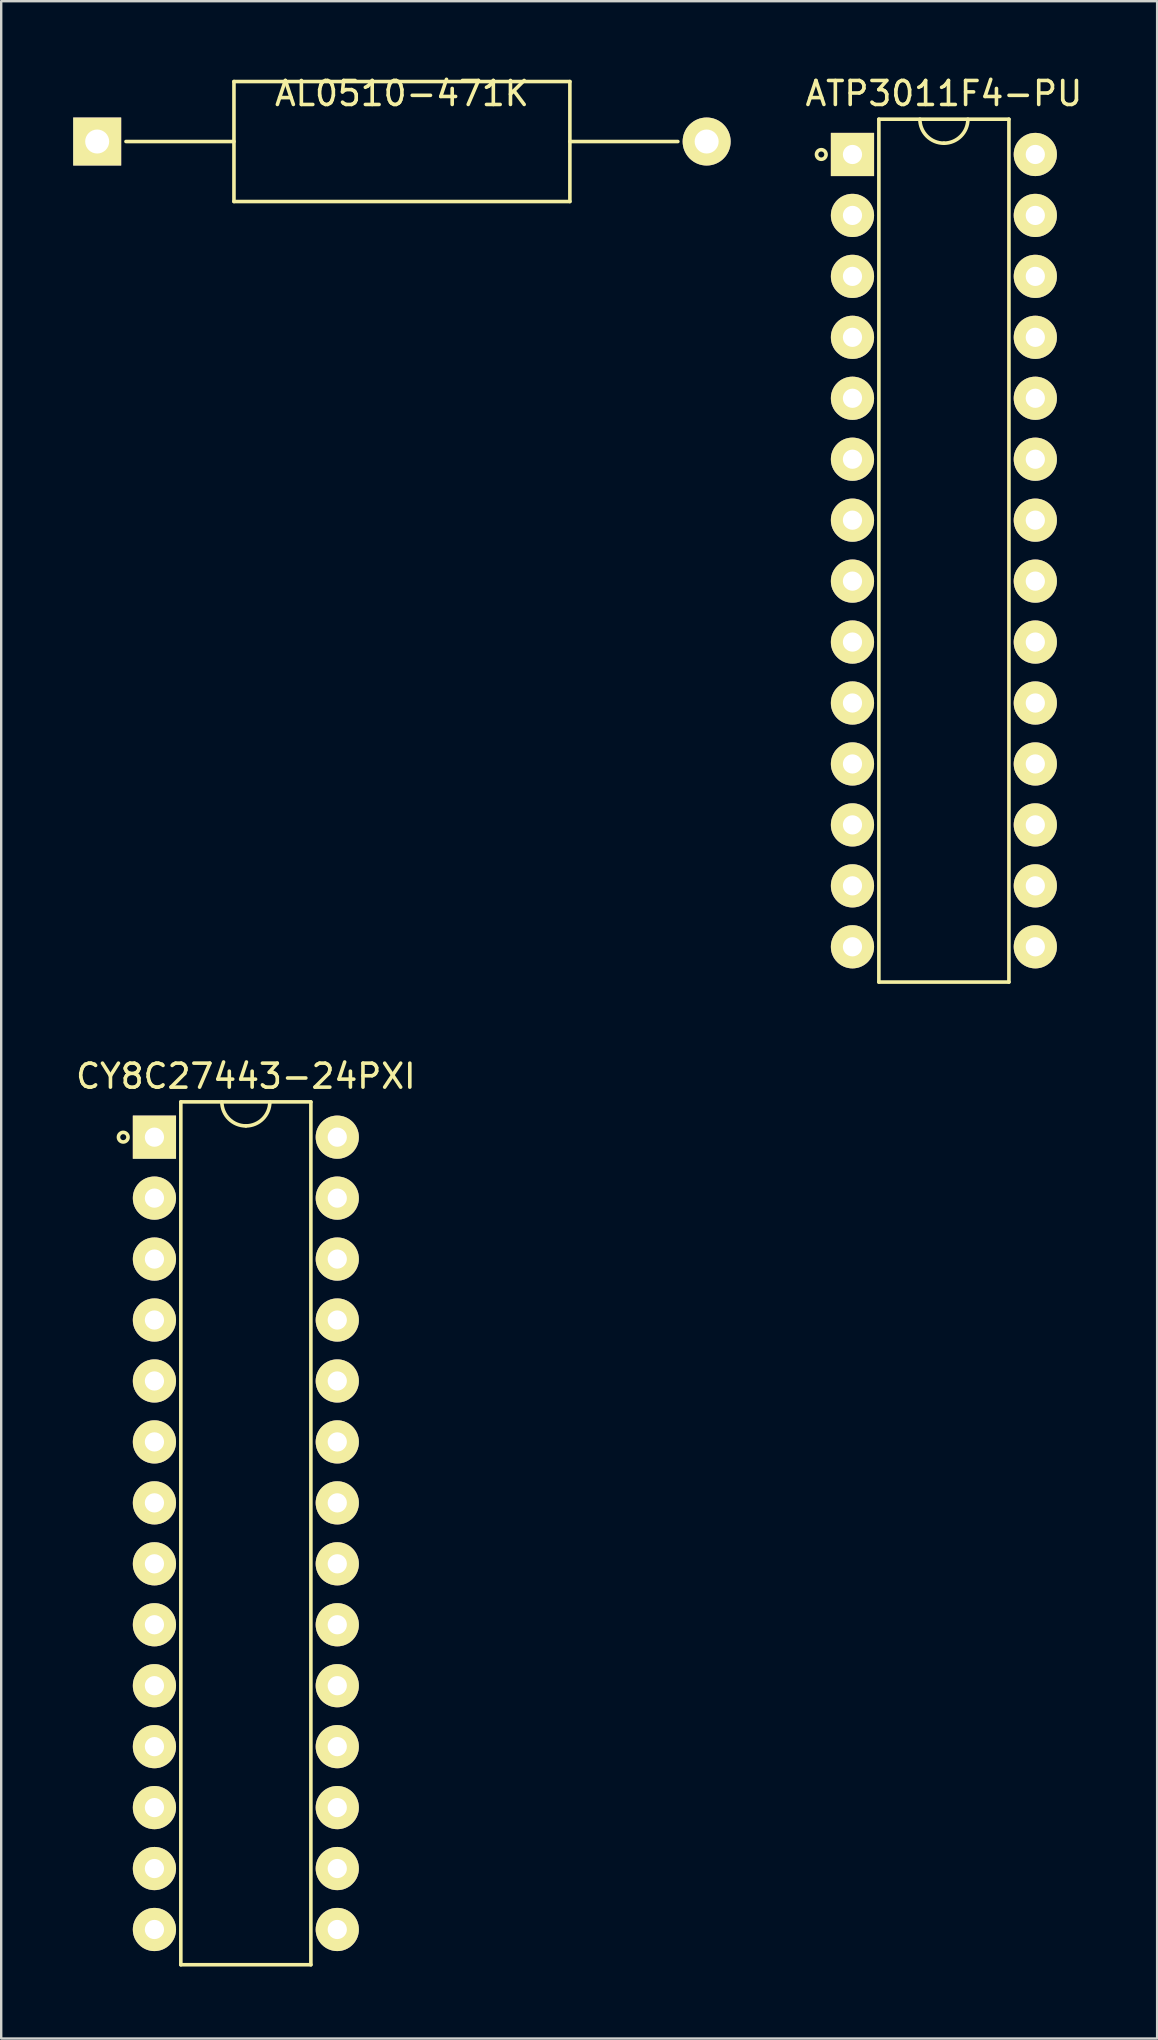
<source format=kicad_pcb>
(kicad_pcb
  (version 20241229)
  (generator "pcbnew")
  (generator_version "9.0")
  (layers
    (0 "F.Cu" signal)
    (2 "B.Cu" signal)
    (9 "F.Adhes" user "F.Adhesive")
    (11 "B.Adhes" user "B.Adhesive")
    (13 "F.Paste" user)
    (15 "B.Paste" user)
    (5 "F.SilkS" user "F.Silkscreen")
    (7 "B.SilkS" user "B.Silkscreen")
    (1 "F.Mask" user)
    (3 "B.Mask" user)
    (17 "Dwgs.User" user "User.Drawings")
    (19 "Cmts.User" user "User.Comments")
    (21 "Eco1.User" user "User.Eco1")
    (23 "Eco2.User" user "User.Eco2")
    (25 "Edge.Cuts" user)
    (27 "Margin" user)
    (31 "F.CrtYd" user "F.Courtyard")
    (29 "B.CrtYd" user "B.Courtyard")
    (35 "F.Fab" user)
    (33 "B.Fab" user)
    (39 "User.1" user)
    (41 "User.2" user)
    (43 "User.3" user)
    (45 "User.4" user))
  (footprint "CY8C27443-24PXI"
    (layer "F.Cu")
    (at 3.386 44.342)
    (property "Reference" "CY8C27443-24PXI" (at 3.81 -2.54 0) (layer "F.SilkS") (effects (font (size 1 1) (thickness 0.15))))
    (attr through_hole)
    (fp_line (start 1.1 -1.47) (end 6.52 -1.47) (stroke (width 0.15) (type solid)) (layer "F.SilkS"))
    (fp_line (start 1.1 34.49) (end 1.1 -1.47) (stroke (width 0.15) (type solid)) (layer "F.SilkS"))
    (fp_line (start 6.52 -1.47) (end 6.52 34.49) (stroke (width 0.15) (type solid)) (layer "F.SilkS"))
    (fp_line (start 6.52 34.49) (end 1.1 34.49) (stroke (width 0.15) (type solid)) (layer "F.SilkS"))
    (fp_arc (start 3.81 -0.47) (mid 3.102893 -0.762893) (end 2.81 -1.47) (stroke (width 0.15) (type solid)) (layer "F.SilkS"))
    (fp_arc (start 4.81 -1.47) (mid 4.517107 -0.762893) (end 3.81 -0.47) (stroke (width 0.15) (type solid)) (layer "F.SilkS"))
    (fp_circle (center -1.3 0) (end -1.3 0.2) (stroke (width 0.15) (type solid)) (fill no) (layer "F.SilkS"))
    (pad "1" thru_hole rect (at 0 0) (size 1.8 1.8) (drill 0.8) (layers "*.Cu" "*.Mask" "F.SilkS"))
    (pad "2" thru_hole circle (at 0 2.54) (size 1.8 1.8) (drill 0.8) (layers "*.Cu" "*.Mask" "F.SilkS"))
    (pad "3" thru_hole circle (at 0 5.08) (size 1.8 1.8) (drill 0.8) (layers "*.Cu" "*.Mask" "F.SilkS"))
    (pad "4" thru_hole circle (at 0 7.62) (size 1.8 1.8) (drill 0.8) (layers "*.Cu" "*.Mask" "F.SilkS"))
    (pad "5" thru_hole circle (at 0 10.16) (size 1.8 1.8) (drill 0.8) (layers "*.Cu" "*.Mask" "F.SilkS"))
    (pad "6" thru_hole circle (at 0 12.7) (size 1.8 1.8) (drill 0.8) (layers "*.Cu" "*.Mask" "F.SilkS"))
    (pad "7" thru_hole circle (at 0 15.24) (size 1.8 1.8) (drill 0.8) (layers "*.Cu" "*.Mask" "F.SilkS"))
    (pad "8" thru_hole circle (at 0 17.78) (size 1.8 1.8) (drill 0.8) (layers "*.Cu" "*.Mask" "F.SilkS"))
    (pad "9" thru_hole circle (at 0 20.32) (size 1.8 1.8) (drill 0.8) (layers "*.Cu" "*.Mask" "F.SilkS"))
    (pad "10" thru_hole circle (at 0 22.86) (size 1.8 1.8) (drill 0.8) (layers "*.Cu" "*.Mask" "F.SilkS"))
    (pad "11" thru_hole circle (at 0 25.4) (size 1.8 1.8) (drill 0.8) (layers "*.Cu" "*.Mask" "F.SilkS"))
    (pad "12" thru_hole circle (at 0 27.94) (size 1.8 1.8) (drill 0.8) (layers "*.Cu" "*.Mask" "F.SilkS"))
    (pad "13" thru_hole circle (at 0 30.48) (size 1.8 1.8) (drill 0.8) (layers "*.Cu" "*.Mask" "F.SilkS"))
    (pad "14" thru_hole circle (at 0 33.02) (size 1.8 1.8) (drill 0.8) (layers "*.Cu" "*.Mask" "F.SilkS"))
    (pad "15" thru_hole circle (at 7.62 33.02) (size 1.8 1.8) (drill 0.8) (layers "*.Cu" "*.Mask" "F.SilkS"))
    (pad "16" thru_hole circle (at 7.62 30.48) (size 1.8 1.8) (drill 0.8) (layers "*.Cu" "*.Mask" "F.SilkS"))
    (pad "17" thru_hole circle (at 7.62 27.94) (size 1.8 1.8) (drill 0.8) (layers "*.Cu" "*.Mask" "F.SilkS"))
    (pad "18" thru_hole circle (at 7.62 25.4) (size 1.8 1.8) (drill 0.8) (layers "*.Cu" "*.Mask" "F.SilkS"))
    (pad "19" thru_hole circle (at 7.62 22.86) (size 1.8 1.8) (drill 0.8) (layers "*.Cu" "*.Mask" "F.SilkS"))
    (pad "20" thru_hole circle (at 7.62 20.32) (size 1.8 1.8) (drill 0.8) (layers "*.Cu" "*.Mask" "F.SilkS"))
    (pad "21" thru_hole circle (at 7.62 17.78) (size 1.8 1.8) (drill 0.8) (layers "*.Cu" "*.Mask" "F.SilkS"))
    (pad "22" thru_hole circle (at 7.62 15.24) (size 1.8 1.8) (drill 0.8) (layers "*.Cu" "*.Mask" "F.SilkS"))
    (pad "23" thru_hole circle (at 7.62 12.7) (size 1.8 1.8) (drill 0.8) (layers "*.Cu" "*.Mask" "F.SilkS"))
    (pad "24" thru_hole circle (at 7.62 10.16) (size 1.8 1.8) (drill 0.8) (layers "*.Cu" "*.Mask" "F.SilkS"))
    (pad "25" thru_hole circle (at 7.62 7.62) (size 1.8 1.8) (drill 0.8) (layers "*.Cu" "*.Mask" "F.SilkS"))
    (pad "26" thru_hole circle (at 7.62 5.08) (size 1.8 1.8) (drill 0.8) (layers "*.Cu" "*.Mask" "F.SilkS"))
    (pad "27" thru_hole circle (at 7.62 2.54) (size 1.8 1.8) (drill 0.8) (layers "*.Cu" "*.Mask" "F.SilkS"))
    (pad "28" thru_hole circle (at 7.62 0) (size 1.8 1.8) (drill 0.8) (layers "*.Cu" "*.Mask" "F.SilkS")))
  (footprint "ATP3011F4-PU"
    (layer "F.Cu")
    (at 32.477 3.388)
    (property "Reference" "ATP3011F4-PU" (at 3.81 -2.54 0) (layer "F.SilkS") (effects (font (size 1 1) (thickness 0.15))))
    (attr through_hole)
    (fp_line (start 1.1 -1.47) (end 6.52 -1.47) (stroke (width 0.15) (type solid)) (layer "F.SilkS"))
    (fp_line (start 1.1 34.49) (end 1.1 -1.47) (stroke (width 0.15) (type solid)) (layer "F.SilkS"))
    (fp_line (start 6.52 -1.47) (end 6.52 34.49) (stroke (width 0.15) (type solid)) (layer "F.SilkS"))
    (fp_line (start 6.52 34.49) (end 1.1 34.49) (stroke (width 0.15) (type solid)) (layer "F.SilkS"))
    (fp_arc (start 3.81 -0.47) (mid 3.102893 -0.762893) (end 2.81 -1.47) (stroke (width 0.15) (type solid)) (layer "F.SilkS"))
    (fp_arc (start 4.81 -1.47) (mid 4.517107 -0.762893) (end 3.81 -0.47) (stroke (width 0.15) (type solid)) (layer "F.SilkS"))
    (fp_circle (center -1.3 0) (end -1.3 0.2) (stroke (width 0.15) (type solid)) (fill no) (layer "F.SilkS"))
    (pad "1" thru_hole rect (at 0 0) (size 1.8 1.8) (drill 0.8) (layers "*.Cu" "*.Mask" "F.SilkS"))
    (pad "2" thru_hole circle (at 0 2.54) (size 1.8 1.8) (drill 0.8) (layers "*.Cu" "*.Mask" "F.SilkS"))
    (pad "3" thru_hole circle (at 0 5.08) (size 1.8 1.8) (drill 0.8) (layers "*.Cu" "*.Mask" "F.SilkS"))
    (pad "4" thru_hole circle (at 0 7.62) (size 1.8 1.8) (drill 0.8) (layers "*.Cu" "*.Mask" "F.SilkS"))
    (pad "5" thru_hole circle (at 0 10.16) (size 1.8 1.8) (drill 0.8) (layers "*.Cu" "*.Mask" "F.SilkS"))
    (pad "6" thru_hole circle (at 0 12.7) (size 1.8 1.8) (drill 0.8) (layers "*.Cu" "*.Mask" "F.SilkS"))
    (pad "7" thru_hole circle (at 0 15.24) (size 1.8 1.8) (drill 0.8) (layers "*.Cu" "*.Mask" "F.SilkS"))
    (pad "8" thru_hole circle (at 0 17.78) (size 1.8 1.8) (drill 0.8) (layers "*.Cu" "*.Mask" "F.SilkS"))
    (pad "9" thru_hole circle (at 0 20.32) (size 1.8 1.8) (drill 0.8) (layers "*.Cu" "*.Mask" "F.SilkS"))
    (pad "10" thru_hole circle (at 0 22.86) (size 1.8 1.8) (drill 0.8) (layers "*.Cu" "*.Mask" "F.SilkS"))
    (pad "11" thru_hole circle (at 0 25.4) (size 1.8 1.8) (drill 0.8) (layers "*.Cu" "*.Mask" "F.SilkS"))
    (pad "12" thru_hole circle (at 0 27.94) (size 1.8 1.8) (drill 0.8) (layers "*.Cu" "*.Mask" "F.SilkS"))
    (pad "13" thru_hole circle (at 0 30.48) (size 1.8 1.8) (drill 0.8) (layers "*.Cu" "*.Mask" "F.SilkS"))
    (pad "14" thru_hole circle (at 0 33.02) (size 1.8 1.8) (drill 0.8) (layers "*.Cu" "*.Mask" "F.SilkS"))
    (pad "15" thru_hole circle (at 7.62 33.02) (size 1.8 1.8) (drill 0.8) (layers "*.Cu" "*.Mask" "F.SilkS"))
    (pad "16" thru_hole circle (at 7.62 30.48) (size 1.8 1.8) (drill 0.8) (layers "*.Cu" "*.Mask" "F.SilkS"))
    (pad "17" thru_hole circle (at 7.62 27.94) (size 1.8 1.8) (drill 0.8) (layers "*.Cu" "*.Mask" "F.SilkS"))
    (pad "18" thru_hole circle (at 7.62 25.4) (size 1.8 1.8) (drill 0.8) (layers "*.Cu" "*.Mask" "F.SilkS"))
    (pad "19" thru_hole circle (at 7.62 22.86) (size 1.8 1.8) (drill 0.8) (layers "*.Cu" "*.Mask" "F.SilkS"))
    (pad "20" thru_hole circle (at 7.62 20.32) (size 1.8 1.8) (drill 0.8) (layers "*.Cu" "*.Mask" "F.SilkS"))
    (pad "21" thru_hole circle (at 7.62 17.78) (size 1.8 1.8) (drill 0.8) (layers "*.Cu" "*.Mask" "F.SilkS"))
    (pad "22" thru_hole circle (at 7.62 15.24) (size 1.8 1.8) (drill 0.8) (layers "*.Cu" "*.Mask" "F.SilkS"))
    (pad "23" thru_hole circle (at 7.62 12.7) (size 1.8 1.8) (drill 0.8) (layers "*.Cu" "*.Mask" "F.SilkS"))
    (pad "24" thru_hole circle (at 7.62 10.16) (size 1.8 1.8) (drill 0.8) (layers "*.Cu" "*.Mask" "F.SilkS"))
    (pad "25" thru_hole circle (at 7.62 7.62) (size 1.8 1.8) (drill 0.8) (layers "*.Cu" "*.Mask" "F.SilkS"))
    (pad "26" thru_hole circle (at 7.62 5.08) (size 1.8 1.8) (drill 0.8) (layers "*.Cu" "*.Mask" "F.SilkS"))
    (pad "27" thru_hole circle (at 7.62 2.54) (size 1.8 1.8) (drill 0.8) (layers "*.Cu" "*.Mask" "F.SilkS"))
    (pad "28" thru_hole circle (at 7.62 0) (size 1.8 1.8) (drill 0.8) (layers "*.Cu" "*.Mask" "F.SilkS")))
  (footprint "AL0510-471K"
    (layer "F.Cu")
    (at 1 2.848)
    (property "Reference" "AL0510-471K" (at 12.7 -2 0) (layer "F.SilkS") (effects (font (size 1 1) (thickness 0.15))))
    (attr through_hole)
    (fp_line (start 1.2 0) (end 5.7 0) (stroke (width 0.15) (type solid)) (layer "F.SilkS"))
    (fp_line (start 5.7 -2.5) (end 5.7 2.5) (stroke (width 0.15) (type solid)) (layer "F.SilkS"))
    (fp_line (start 5.7 -2.5) (end 19.7 -2.5) (stroke (width 0.15) (type solid)) (layer "F.SilkS"))
    (fp_line (start 5.7 2.5) (end 19.7 2.5) (stroke (width 0.15) (type solid)) (layer "F.SilkS"))
    (fp_line (start 19.7 0) (end 24.2 0) (stroke (width 0.15) (type solid)) (layer "F.SilkS"))
    (fp_line (start 19.7 2.5) (end 19.7 -2.5) (stroke (width 0.15) (type solid)) (layer "F.SilkS"))
    (pad "1" thru_hole rect (at 0 0) (size 2 2) (drill 1) (layers "*.Cu" "*.Mask" "F.SilkS"))
    (pad "2" thru_hole circle (at 25.4 0) (size 2 2) (drill 1) (layers "*.Cu" "*.Mask" "F.SilkS")))
  (gr_rect
    (start -3 -3)
    (end 45.174 81.906)
    (stroke (width 0.1) (type default))
    (fill no)
    (layer "Edge.Cuts")))
</source>
